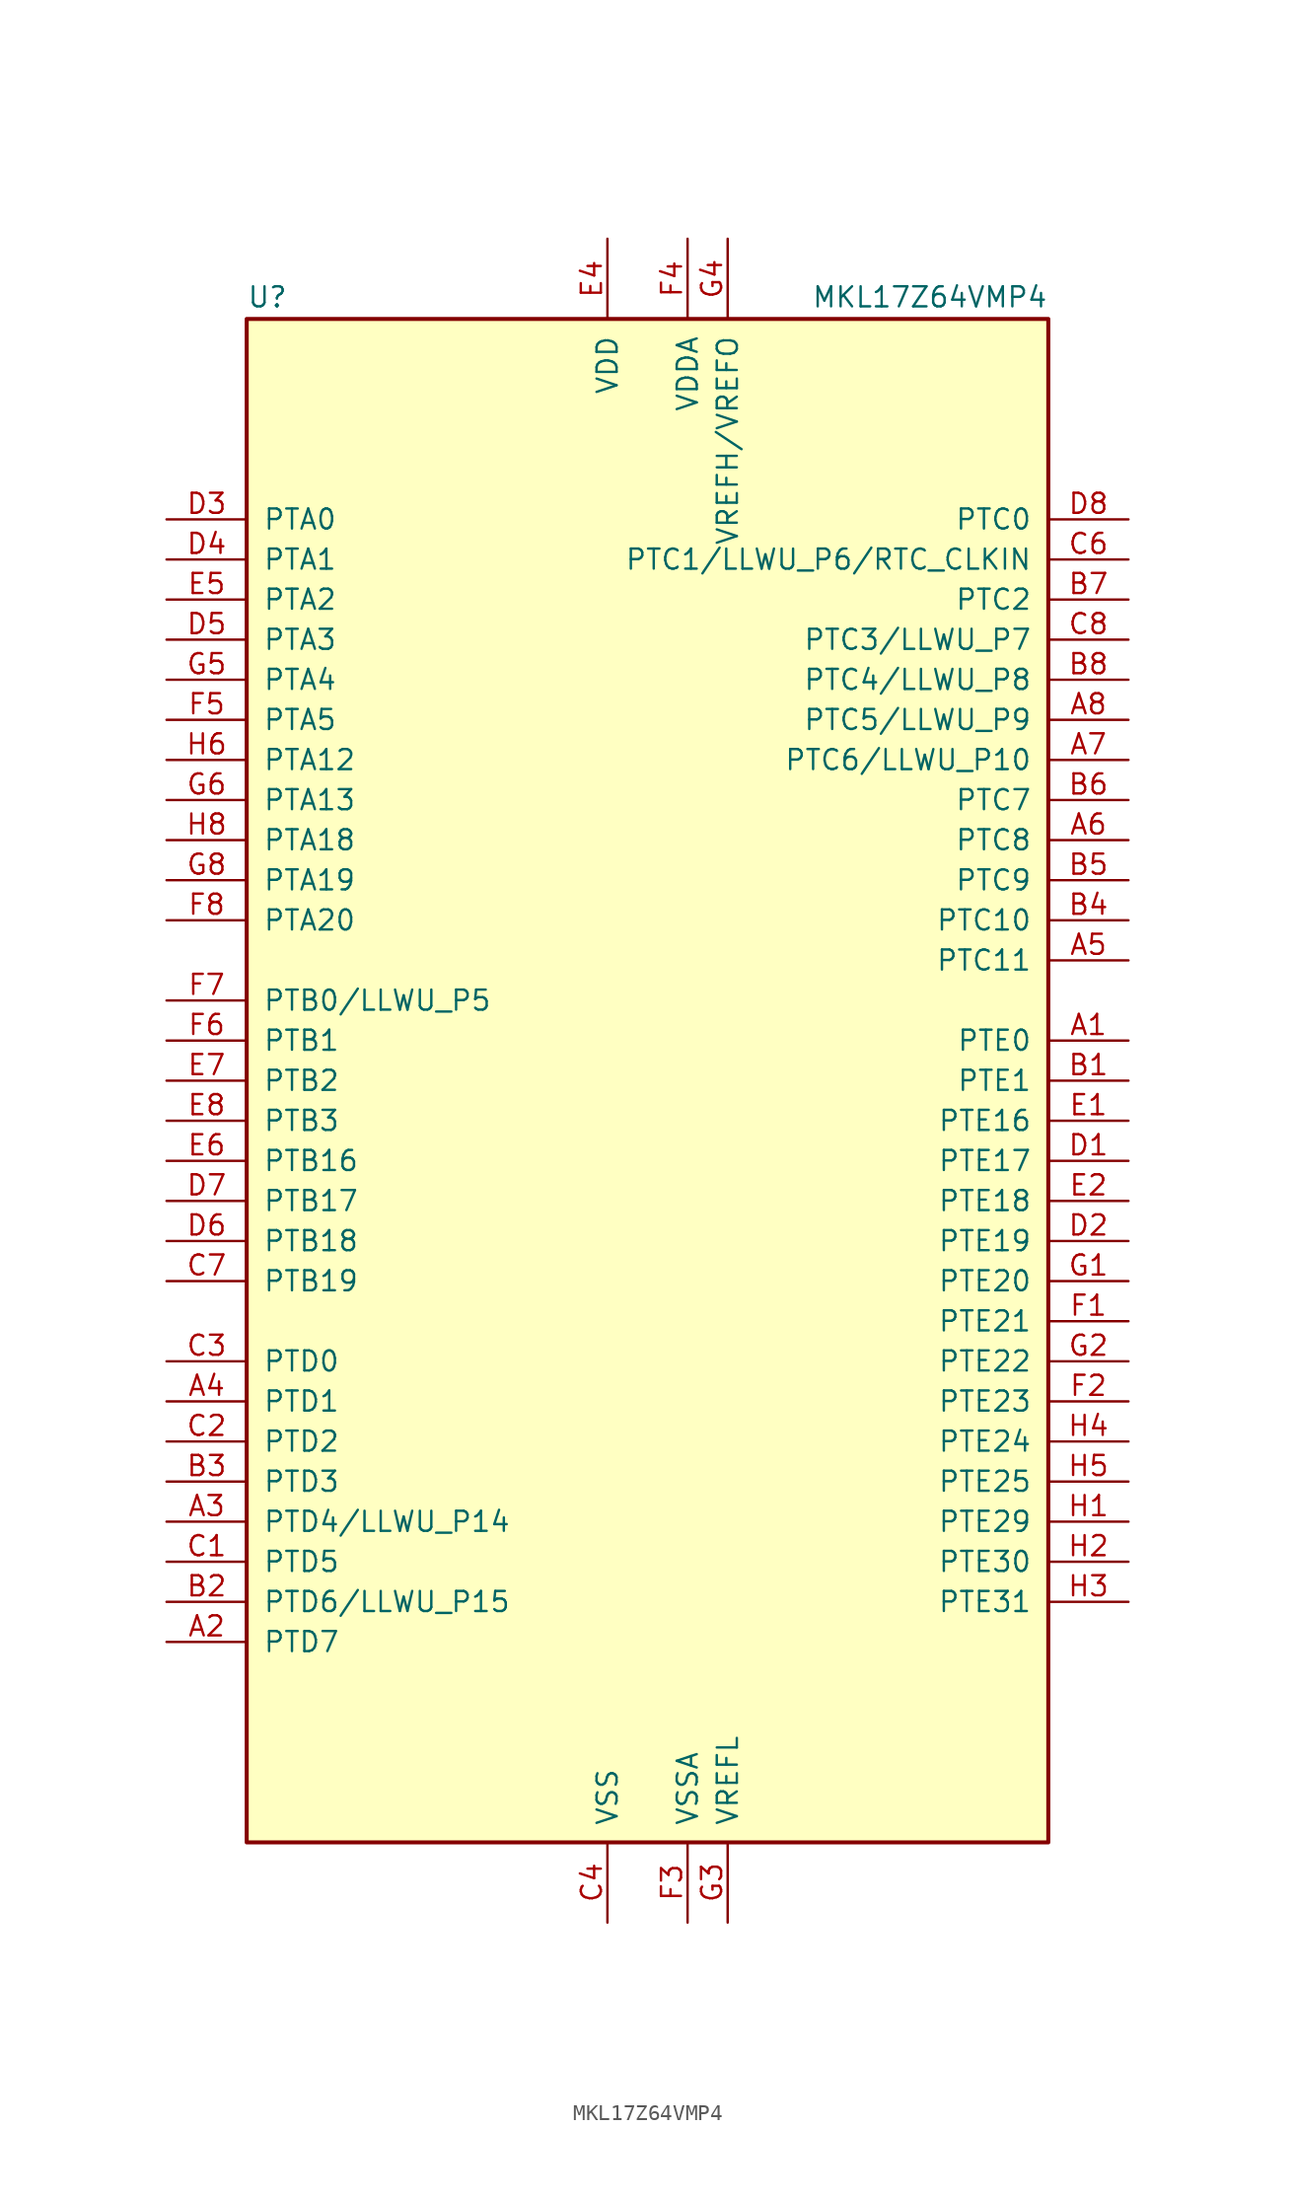
<source format=kicad_sym>
(kicad_symbol_lib
  (version 20241209)
  (generator "kicad_symbol_editor")
  (generator_version "9.0")
  (symbol "MKL17Z64VMP4"
    (pin_names
      (offset 1.016))
    (property "Reference" "U"
      (at -25.4 48.895 0)
      (effects (font (size 1.27 1.27)) (justify left bottom)))
    (property "Value" "MKL17Z64VMP4"
      (at 25.4 48.895 0)
      (effects (font (size 1.27 1.27)) (justify right bottom)))
    (symbol "MKL17Z64VMP4_0_1"
      (rectangle (start -25.4 48.26) (end 25.4 -48.26) (stroke (width 0.254) (type default)) (fill (type background))))
    (symbol "MKL17Z64VMP4_1_1"
      (pin bidirectional line (at -30.48 35.56 0) (length 5.08) (name "PTA0" (effects (font (size 1.27 1.27)))) (number "D3" (effects (font (size 1.27 1.27)))))
      (pin bidirectional line (at -30.48 33.02 0) (length 5.08) (name "PTA1" (effects (font (size 1.27 1.27)))) (number "D4" (effects (font (size 1.27 1.27)))))
      (pin bidirectional line (at -30.48 30.48 0) (length 5.08) (name "PTA2" (effects (font (size 1.27 1.27)))) (number "E5" (effects (font (size 1.27 1.27)))))
      (pin bidirectional line (at -30.48 27.94 0) (length 5.08) (name "PTA3" (effects (font (size 1.27 1.27)))) (number "D5" (effects (font (size 1.27 1.27)))))
      (pin bidirectional line (at -30.48 25.4 0) (length 5.08) (name "PTA4" (effects (font (size 1.27 1.27)))) (number "G5" (effects (font (size 1.27 1.27)))))
      (pin bidirectional line (at -30.48 22.86 0) (length 5.08) (name "PTA5" (effects (font (size 1.27 1.27)))) (number "F5" (effects (font (size 1.27 1.27)))))
      (pin bidirectional line (at -30.48 20.32 0) (length 5.08) (name "PTA12" (effects (font (size 1.27 1.27)))) (number "H6" (effects (font (size 1.27 1.27)))))
      (pin bidirectional line (at -30.48 17.78 0) (length 5.08) (name "PTA13" (effects (font (size 1.27 1.27)))) (number "G6" (effects (font (size 1.27 1.27)))))
      (pin bidirectional line (at -30.48 15.24 0) (length 5.08) (name "PTA18" (effects (font (size 1.27 1.27)))) (number "H8" (effects (font (size 1.27 1.27)))))
      (pin bidirectional line (at -30.48 12.7 0) (length 5.08) (name "PTA19" (effects (font (size 1.27 1.27)))) (number "G8" (effects (font (size 1.27 1.27)))))
      (pin bidirectional line (at -30.48 10.16 0) (length 5.08) (name "PTA20" (effects (font (size 1.27 1.27)))) (number "F8" (effects (font (size 1.27 1.27)))))
      (pin bidirectional line (at -30.48 5.08 0) (length 5.08) (name "PTB0/LLWU_P5" (effects (font (size 1.27 1.27)))) (number "F7" (effects (font (size 1.27 1.27)))))
      (pin bidirectional line (at -30.48 2.54 0) (length 5.08) (name "PTB1" (effects (font (size 1.27 1.27)))) (number "F6" (effects (font (size 1.27 1.27)))))
      (pin bidirectional line (at -30.48 0 0) (length 5.08) (name "PTB2" (effects (font (size 1.27 1.27)))) (number "E7" (effects (font (size 1.27 1.27)))))
      (pin bidirectional line (at -30.48 -2.54 0) (length 5.08) (name "PTB3" (effects (font (size 1.27 1.27)))) (number "E8" (effects (font (size 1.27 1.27)))))
      (pin bidirectional line (at -30.48 -5.08 0) (length 5.08) (name "PTB16" (effects (font (size 1.27 1.27)))) (number "E6" (effects (font (size 1.27 1.27)))))
      (pin bidirectional line (at -30.48 -7.62 0) (length 5.08) (name "PTB17" (effects (font (size 1.27 1.27)))) (number "D7" (effects (font (size 1.27 1.27)))))
      (pin bidirectional line (at -30.48 -10.16 0) (length 5.08) (name "PTB18" (effects (font (size 1.27 1.27)))) (number "D6" (effects (font (size 1.27 1.27)))))
      (pin bidirectional line (at -30.48 -12.7 0) (length 5.08) (name "PTB19" (effects (font (size 1.27 1.27)))) (number "C7" (effects (font (size 1.27 1.27)))))
      (pin bidirectional line (at -30.48 -17.78 0) (length 5.08) (name "PTD0" (effects (font (size 1.27 1.27)))) (number "C3" (effects (font (size 1.27 1.27)))))
      (pin bidirectional line (at -30.48 -20.32 0) (length 5.08) (name "PTD1" (effects (font (size 1.27 1.27)))) (number "A4" (effects (font (size 1.27 1.27)))))
      (pin bidirectional line (at -30.48 -22.86 0) (length 5.08) (name "PTD2" (effects (font (size 1.27 1.27)))) (number "C2" (effects (font (size 1.27 1.27)))))
      (pin bidirectional line (at -30.48 -25.4 0) (length 5.08) (name "PTD3" (effects (font (size 1.27 1.27)))) (number "B3" (effects (font (size 1.27 1.27)))))
      (pin bidirectional line (at -30.48 -27.94 0) (length 5.08) (name "PTD4/LLWU_P14" (effects (font (size 1.27 1.27)))) (number "A3" (effects (font (size 1.27 1.27)))))
      (pin bidirectional line (at -30.48 -30.48 0) (length 5.08) (name "PTD5" (effects (font (size 1.27 1.27)))) (number "C1" (effects (font (size 1.27 1.27)))))
      (pin bidirectional line (at -30.48 -33.02 0) (length 5.08) (name "PTD6/LLWU_P15" (effects (font (size 1.27 1.27)))) (number "B2" (effects (font (size 1.27 1.27)))))
      (pin bidirectional line (at -30.48 -35.56 0) (length 5.08) (name "PTD7" (effects (font (size 1.27 1.27)))) (number "A2" (effects (font (size 1.27 1.27)))))
      (pin no_connect line (at -15.24 -48.26 90) (length 5.08) (hide yes) (name "NC" (effects (font (size 1.27 1.27)))) (number "C5" (effects (font (size 1.27 1.27)))))
      (pin power_in line (at -2.54 53.34 270) (length 5.08) (name "VDD" (effects (font (size 1.27 1.27)))) (number "E4" (effects (font (size 1.27 1.27)))))
      (pin passive line (at -2.54 53.34 270) (length 5.08) (hide yes) (name "VDD" (effects (font (size 1.27 1.27)))) (number "G7" (effects (font (size 1.27 1.27)))))
      (pin power_in line (at -2.54 -53.34 90) (length 5.08) (name "VSS" (effects (font (size 1.27 1.27)))) (number "C4" (effects (font (size 1.27 1.27)))))
      (pin passive line (at -2.54 -53.34 90) (length 5.08) (hide yes) (name "VSS" (effects (font (size 1.27 1.27)))) (number "E3" (effects (font (size 1.27 1.27)))))
      (pin passive line (at -2.54 -53.34 90) (length 5.08) (hide yes) (name "VSS" (effects (font (size 1.27 1.27)))) (number "H7" (effects (font (size 1.27 1.27)))))
      (pin power_in line (at 2.54 53.34 270) (length 5.08) (name "VDDA" (effects (font (size 1.27 1.27)))) (number "F4" (effects (font (size 1.27 1.27)))))
      (pin power_in line (at 2.54 -53.34 90) (length 5.08) (name "VSSA" (effects (font (size 1.27 1.27)))) (number "F3" (effects (font (size 1.27 1.27)))))
      (pin power_in line (at 5.08 53.34 270) (length 5.08) (name "VREFH/VREFO" (effects (font (size 1.27 1.27)))) (number "G4" (effects (font (size 1.27 1.27)))))
      (pin power_in line (at 5.08 -53.34 90) (length 5.08) (name "VREFL" (effects (font (size 1.27 1.27)))) (number "G3" (effects (font (size 1.27 1.27)))))
      (pin bidirectional line (at 30.48 35.56 180) (length 5.08) (name "PTC0" (effects (font (size 1.27 1.27)))) (number "D8" (effects (font (size 1.27 1.27)))))
      (pin bidirectional line (at 30.48 33.02 180) (length 5.08) (name "PTC1/LLWU_P6/RTC_CLKIN" (effects (font (size 1.27 1.27)))) (number "C6" (effects (font (size 1.27 1.27)))))
      (pin bidirectional line (at 30.48 30.48 180) (length 5.08) (name "PTC2" (effects (font (size 1.27 1.27)))) (number "B7" (effects (font (size 1.27 1.27)))))
      (pin bidirectional line (at 30.48 27.94 180) (length 5.08) (name "PTC3/LLWU_P7" (effects (font (size 1.27 1.27)))) (number "C8" (effects (font (size 1.27 1.27)))))
      (pin bidirectional line (at 30.48 25.4 180) (length 5.08) (name "PTC4/LLWU_P8" (effects (font (size 1.27 1.27)))) (number "B8" (effects (font (size 1.27 1.27)))))
      (pin bidirectional line (at 30.48 22.86 180) (length 5.08) (name "PTC5/LLWU_P9" (effects (font (size 1.27 1.27)))) (number "A8" (effects (font (size 1.27 1.27)))))
      (pin bidirectional line (at 30.48 20.32 180) (length 5.08) (name "PTC6/LLWU_P10" (effects (font (size 1.27 1.27)))) (number "A7" (effects (font (size 1.27 1.27)))))
      (pin bidirectional line (at 30.48 17.78 180) (length 5.08) (name "PTC7" (effects (font (size 1.27 1.27)))) (number "B6" (effects (font (size 1.27 1.27)))))
      (pin bidirectional line (at 30.48 15.24 180) (length 5.08) (name "PTC8" (effects (font (size 1.27 1.27)))) (number "A6" (effects (font (size 1.27 1.27)))))
      (pin bidirectional line (at 30.48 12.7 180) (length 5.08) (name "PTC9" (effects (font (size 1.27 1.27)))) (number "B5" (effects (font (size 1.27 1.27)))))
      (pin bidirectional line (at 30.48 10.16 180) (length 5.08) (name "PTC10" (effects (font (size 1.27 1.27)))) (number "B4" (effects (font (size 1.27 1.27)))))
      (pin bidirectional line (at 30.48 7.62 180) (length 5.08) (name "PTC11" (effects (font (size 1.27 1.27)))) (number "A5" (effects (font (size 1.27 1.27)))))
      (pin bidirectional line (at 30.48 2.54 180) (length 5.08) (name "PTE0" (effects (font (size 1.27 1.27)))) (number "A1" (effects (font (size 1.27 1.27)))))
      (pin bidirectional line (at 30.48 0 180) (length 5.08) (name "PTE1" (effects (font (size 1.27 1.27)))) (number "B1" (effects (font (size 1.27 1.27)))))
      (pin bidirectional line (at 30.48 -2.54 180) (length 5.08) (name "PTE16" (effects (font (size 1.27 1.27)))) (number "E1" (effects (font (size 1.27 1.27)))))
      (pin bidirectional line (at 30.48 -5.08 180) (length 5.08) (name "PTE17" (effects (font (size 1.27 1.27)))) (number "D1" (effects (font (size 1.27 1.27)))))
      (pin bidirectional line (at 30.48 -7.62 180) (length 5.08) (name "PTE18" (effects (font (size 1.27 1.27)))) (number "E2" (effects (font (size 1.27 1.27)))))
      (pin bidirectional line (at 30.48 -10.16 180) (length 5.08) (name "PTE19" (effects (font (size 1.27 1.27)))) (number "D2" (effects (font (size 1.27 1.27)))))
      (pin bidirectional line (at 30.48 -12.7 180) (length 5.08) (name "PTE20" (effects (font (size 1.27 1.27)))) (number "G1" (effects (font (size 1.27 1.27)))))
      (pin bidirectional line (at 30.48 -15.24 180) (length 5.08) (name "PTE21" (effects (font (size 1.27 1.27)))) (number "F1" (effects (font (size 1.27 1.27)))))
      (pin bidirectional line (at 30.48 -17.78 180) (length 5.08) (name "PTE22" (effects (font (size 1.27 1.27)))) (number "G2" (effects (font (size 1.27 1.27)))))
      (pin bidirectional line (at 30.48 -20.32 180) (length 5.08) (name "PTE23" (effects (font (size 1.27 1.27)))) (number "F2" (effects (font (size 1.27 1.27)))))
      (pin bidirectional line (at 30.48 -22.86 180) (length 5.08) (name "PTE24" (effects (font (size 1.27 1.27)))) (number "H4" (effects (font (size 1.27 1.27)))))
      (pin bidirectional line (at 30.48 -25.4 180) (length 5.08) (name "PTE25" (effects (font (size 1.27 1.27)))) (number "H5" (effects (font (size 1.27 1.27)))))
      (pin bidirectional line (at 30.48 -27.94 180) (length 5.08) (name "PTE29" (effects (font (size 1.27 1.27)))) (number "H1" (effects (font (size 1.27 1.27)))))
      (pin bidirectional line (at 30.48 -30.48 180) (length 5.08) (name "PTE30" (effects (font (size 1.27 1.27)))) (number "H2" (effects (font (size 1.27 1.27)))))
      (pin bidirectional line (at 30.48 -33.02 180) (length 5.08) (name "PTE31" (effects (font (size 1.27 1.27)))) (number "H3" (effects (font (size 1.27 1.27))))))))
</source>
